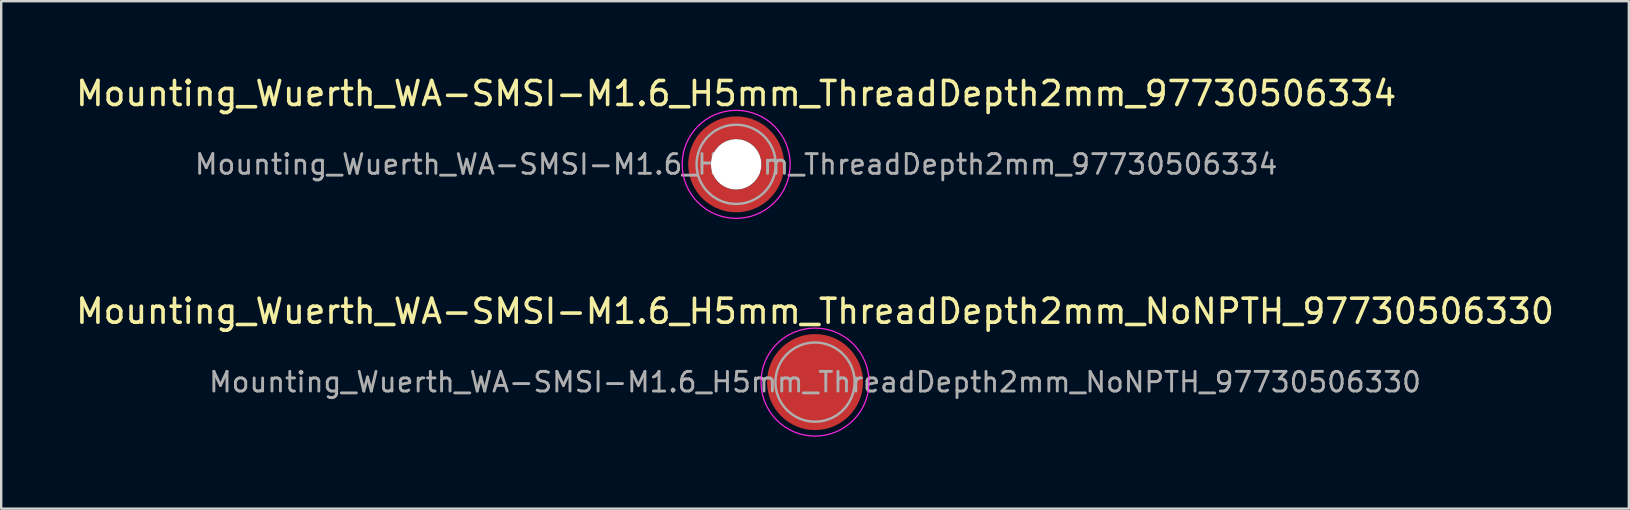
<source format=kicad_pcb>
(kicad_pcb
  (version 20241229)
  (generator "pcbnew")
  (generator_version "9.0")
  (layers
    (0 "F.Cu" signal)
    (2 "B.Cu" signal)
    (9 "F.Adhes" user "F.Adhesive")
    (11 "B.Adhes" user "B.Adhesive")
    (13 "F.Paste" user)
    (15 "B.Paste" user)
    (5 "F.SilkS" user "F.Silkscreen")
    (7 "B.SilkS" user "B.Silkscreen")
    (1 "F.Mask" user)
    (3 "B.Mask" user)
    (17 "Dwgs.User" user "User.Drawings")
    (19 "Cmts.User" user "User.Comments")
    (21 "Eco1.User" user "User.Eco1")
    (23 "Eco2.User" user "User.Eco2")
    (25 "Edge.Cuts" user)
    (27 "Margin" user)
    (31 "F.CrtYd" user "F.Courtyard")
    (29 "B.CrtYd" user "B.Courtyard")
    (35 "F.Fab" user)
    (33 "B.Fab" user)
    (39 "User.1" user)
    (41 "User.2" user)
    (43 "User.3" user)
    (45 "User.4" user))
  (footprint "Mounting_Wuerth_WA-SMSI-M1.6_H5mm_ThreadDepth2mm_97730506334"
    (layer "F.Cu")
    (at 27.625 3.798)
    (property "Reference" "Mounting_Wuerth_WA-SMSI-M1.6_H5mm_ThreadDepth2mm_97730506334" (at 0 -2.95 0) (layer "F.SilkS") (effects (font (size 1 1) (thickness 0.15))))
    (attr smd)
    (fp_circle (center 0 0) (end 2.25 0) (stroke (width 0.05) (type solid)) (fill no) (layer "F.CrtYd"))
    (fp_circle (center 0 0) (end 1.65 0) (stroke (width 0.1) (type solid)) (fill no) (layer "F.Fab"))
    (fp_text user "${REFERENCE}" (at 0 0 0) (layer "F.Fab") (effects (font (size 0.82 0.82) (thickness 0.12))))
    (pad "" smd custom (at -1.061 -1.061) (size 0.4 0.4) (layers "F.Paste") (options (anchor circle)) (primitives (gr_arc (start -0.101235 0.76066) (mid 0.211799 0.212465) (end 0.759748 -0.100999) (width 0.2)) (gr_arc (start -0.204251 0.76066) (mid 0.141299 0.141544) (end 0.760323 -0.204171) (width 0.2)) (gr_arc (start -0.306819 0.76066) (mid 0.070255 0.071167) (end 0.759401 -0.306542) (width 0.2)) (gr_arc (start -0.409034 0.76066) (mid -0.000242 0.000241) (end 0.759991 -0.408897) (width 0.2)) (gr_arc (start -0.510963 0.76066) (mid -0.071561 -0.06986) (end 0.758297 -0.51051) (width 0.2)) (gr_arc (start -0.61266 0.76066) (mid -0.142171 -0.140671) (end 0.758572 -0.612284) (width 0.2)) (gr_arc (start -0.714164 0.76066) (mid -0.212264 -0.212) (end 0.760292 -0.714102) (width 0.2)) (gr_line (start 0.761 -0.101) (end 0.761 -0.714) (width 0.2)) (gr_line (start -0.101 0.761) (end -0.714 0.761) (width 0.2))))
    (pad "" smd custom (at -1.061 1.061) (size 0.4 0.4) (layers "F.Paste") (options (anchor circle)) (primitives (gr_arc (start 0.76066 0.101235) (mid 0.212465 -0.211799) (end -0.100999 -0.759748) (width 0.2)) (gr_arc (start 0.76066 0.204251) (mid 0.141544 -0.141299) (end -0.204171 -0.760323) (width 0.2)) (gr_arc (start 0.76066 0.306819) (mid 0.071167 -0.070255) (end -0.306542 -0.759401) (width 0.2)) (gr_arc (start 0.76066 0.409034) (mid 0.000241 0.000242) (end -0.408897 -0.759991) (width 0.2)) (gr_arc (start 0.76066 0.510963) (mid -0.06986 0.071561) (end -0.51051 -0.758297) (width 0.2)) (gr_arc (start 0.76066 0.61266) (mid -0.140671 0.142171) (end -0.612284 -0.758572) (width 0.2)) (gr_arc (start 0.76066 0.714164) (mid -0.212 0.212264) (end -0.714102 -0.760292) (width 0.2)) (gr_line (start -0.101 -0.761) (end -0.714 -0.761) (width 0.2)) (gr_line (start 0.761 0.101) (end 0.761 0.714) (width 0.2))))
    (pad "" np_thru_hole circle (at 0 0) (size 2.1 2.1) (drill 2.1) (layers "*.Cu" "*.Mask"))
    (pad "" smd custom (at 1.061 -1.061) (size 0.4 0.4) (layers "F.Paste") (options (anchor circle)) (primitives (gr_arc (start -0.76066 -0.101235) (mid -0.212465 0.211799) (end 0.100999 0.759748) (width 0.2)) (gr_arc (start -0.76066 -0.204251) (mid -0.141544 0.141299) (end 0.204171 0.760323) (width 0.2)) (gr_arc (start -0.76066 -0.306819) (mid -0.071167 0.070255) (end 0.306542 0.759401) (width 0.2)) (gr_arc (start -0.76066 -0.409034) (mid -0.000241 -0.000242) (end 0.408897 0.759991) (width 0.2)) (gr_arc (start -0.76066 -0.510963) (mid 0.06986 -0.071561) (end 0.51051 0.758297) (width 0.2)) (gr_arc (start -0.76066 -0.61266) (mid 0.140671 -0.142171) (end 0.612284 0.758572) (width 0.2)) (gr_arc (start -0.76066 -0.714164) (mid 0.212 -0.212264) (end 0.714102 0.760292) (width 0.2)) (gr_line (start 0.101 0.761) (end 0.714 0.761) (width 0.2)) (gr_line (start -0.761 -0.101) (end -0.761 -0.714) (width 0.2))))
    (pad "" smd custom (at 1.061 1.061) (size 0.4 0.4) (layers "F.Paste") (options (anchor circle)) (primitives (gr_arc (start 0.101235 -0.76066) (mid -0.211799 -0.212465) (end -0.759748 0.100999) (width 0.2)) (gr_arc (start 0.204251 -0.76066) (mid -0.141299 -0.141544) (end -0.760323 0.204171) (width 0.2)) (gr_arc (start 0.306819 -0.76066) (mid -0.070255 -0.071167) (end -0.759401 0.306542) (width 0.2)) (gr_arc (start 0.409034 -0.76066) (mid 0.000242 -0.000241) (end -0.759991 0.408897) (width 0.2)) (gr_arc (start 0.510963 -0.76066) (mid 0.071561 0.06986) (end -0.758297 0.51051) (width 0.2)) (gr_arc (start 0.61266 -0.76066) (mid 0.142171 0.140671) (end -0.758572 0.612284) (width 0.2)) (gr_arc (start 0.714164 -0.76066) (mid 0.212264 0.212) (end -0.760292 0.714102) (width 0.2)) (gr_line (start -0.761 0.101) (end -0.761 0.714) (width 0.2)) (gr_line (start 0.101 -0.761) (end 0.714 -0.761) (width 0.2))))
    (pad "1" smd circle (at -1.525 0) (size 0.55 0.55) (layers "F.Cu"))
    (pad "1" smd circle (at 0 -1.525) (size 0.55 0.55) (layers "F.Cu"))
    (pad "1" smd circle (at 0 1.525) (size 0.55 0.55) (layers "F.Cu"))
    (pad "1" smd custom (at 1.525 0) (size 0.55 0.55) (layers "F.Cu" "F.Mask") (options (anchor circle)) (primitives (gr_circle (center -1.525 0) (end 0 0) (width 0.95) (fill no)))))
  (footprint "Mounting_Wuerth_WA-SMSI-M1.6_H5mm_ThreadDepth2mm_NoNPTH_97730506330"
    (layer "F.Cu")
    (at 30.911 12.871)
    (property "Reference" "Mounting_Wuerth_WA-SMSI-M1.6_H5mm_ThreadDepth2mm_NoNPTH_97730506330" (at 0 -2.95 0) (layer "F.SilkS") (effects (font (size 1 1) (thickness 0.15))))
    (attr smd)
    (fp_circle (center 0 0) (end 2.25 0) (stroke (width 0.05) (type solid)) (fill no) (layer "F.CrtYd"))
    (fp_circle (center 0 0) (end 1.65 0) (stroke (width 0.1) (type solid)) (fill no) (layer "F.Fab"))
    (fp_text user "${REFERENCE}" (at 0 0 0) (layer "F.Fab") (effects (font (size 0.82 0.82) (thickness 0.12))))
    (pad "" smd custom (at -0.778 -0.778) (size 1.2 1.2) (layers "F.Paste") (options (anchor circle)) (primitives (gr_arc (start 0.465568 0.527817) (mid 0.494887 0.495062) (end 0.527624 0.465723) (width 0.2)) (gr_arc (start 0.344805 0.527817) (mid 0.424264 0.424264) (end 0.527818 0.344805) (width 0.2)) (gr_arc (start 0.232382 0.527817) (mid 0.353364 0.353743) (end 0.527329 0.232606) (width 0.2)) (gr_arc (start 0.123983 0.527817) (mid 0.282626 0.28306) (end 0.527243 0.124203) (width 0.2)) (gr_arc (start 0.017883 0.527817) (mid 0.211737 0.212527) (end 0.526755 0.018233) (width 0.2)) (gr_arc (start -0.086763 0.527817) (mid 0.141173 0.14167) (end 0.527142 -0.086568) (width 0.2)) (gr_arc (start -0.190428 0.527817) (mid 0.070433 0.070988) (end 0.527057 -0.190232) (width 0.2)) (gr_arc (start -0.293397 0.527817) (mid -0.000182 0.000182) (end 0.527315 -0.29328) (width 0.2)) (gr_arc (start -0.395852 0.527817) (mid -0.071085 -0.070336) (end 0.526781 -0.395631) (width 0.2)) (gr_arc (start -0.497918 0.527817) (mid -0.141622 -0.141221) (end 0.52726 -0.497809) (width 0.2)) (gr_arc (start -0.59968 0.527817) (mid -0.212364 -0.2119) (end 0.527171 -0.599563) (width 0.2)) (gr_arc (start -0.701202 0.527817) (mid -0.282952 -0.282733) (end 0.527511 -0.70115) (width 0.2)) (gr_arc (start -0.802531 0.527817) (mid -0.353765 -0.353343) (end 0.527227 -0.802438) (width 0.2)) (gr_arc (start -0.9037 0.527817) (mid -0.425176 -0.423352) (end 0.525265 -0.903319) (width 0.2)) (gr_arc (start -1.004737 0.527817) (mid -0.49534 -0.49461) (end 0.526794 -1.004593) (width 0.2)) (gr_line (start 0.528 0.466) (end 0.528 -1.005) (width 0.2)) (gr_line (start 0.466 0.528) (end -1.005 0.528) (width 0.2))))
    (pad "" smd custom (at -0.778 0.778) (size 1.2 1.2) (layers "F.Paste") (options (anchor circle)) (primitives (gr_arc (start 0.527817 -0.465568) (mid 0.495062 -0.494887) (end 0.465723 -0.527624) (width 0.2)) (gr_arc (start 0.527817 -0.344805) (mid 0.424264 -0.424264) (end 0.344805 -0.527818) (width 0.2)) (gr_arc (start 0.527817 -0.232382) (mid 0.353743 -0.353364) (end 0.232606 -0.527329) (width 0.2)) (gr_arc (start 0.527817 -0.123983) (mid 0.28306 -0.282626) (end 0.124203 -0.527243) (width 0.2)) (gr_arc (start 0.527817 -0.017883) (mid 0.212527 -0.211737) (end 0.018233 -0.526755) (width 0.2)) (gr_arc (start 0.527817 0.086763) (mid 0.14167 -0.141173) (end -0.086568 -0.527142) (width 0.2)) (gr_arc (start 0.527817 0.190428) (mid 0.070988 -0.070433) (end -0.190232 -0.527057) (width 0.2)) (gr_arc (start 0.527817 0.293397) (mid 0.000182 0.000182) (end -0.29328 -0.527315) (width 0.2)) (gr_arc (start 0.527817 0.395852) (mid -0.070336 0.071085) (end -0.395631 -0.526781) (width 0.2)) (gr_arc (start 0.527817 0.497918) (mid -0.141221 0.141622) (end -0.497809 -0.52726) (width 0.2)) (gr_arc (start 0.527817 0.59968) (mid -0.2119 0.212364) (end -0.599563 -0.527171) (width 0.2)) (gr_arc (start 0.527817 0.701202) (mid -0.282733 0.282952) (end -0.70115 -0.527511) (width 0.2)) (gr_arc (start 0.527817 0.802531) (mid -0.353343 0.353765) (end -0.802438 -0.527227) (width 0.2)) (gr_arc (start 0.527817 0.9037) (mid -0.423352 0.425176) (end -0.903319 -0.525265) (width 0.2)) (gr_arc (start 0.527817 1.004737) (mid -0.49461 0.49534) (end -1.004593 -0.526794) (width 0.2)) (gr_line (start 0.466 -0.528) (end -1.005 -0.528) (width 0.2)) (gr_line (start 0.528 -0.466) (end 0.528 1.005) (width 0.2))))
    (pad "" smd custom (at 0.778 -0.778) (size 1.2 1.2) (layers "F.Paste") (options (anchor circle)) (primitives (gr_arc (start -0.527817 0.465568) (mid -0.495062 0.494887) (end -0.465723 0.527624) (width 0.2)) (gr_arc (start -0.527817 0.344805) (mid -0.424264 0.424264) (end -0.344805 0.527818) (width 0.2)) (gr_arc (start -0.527817 0.232382) (mid -0.353743 0.353364) (end -0.232606 0.527329) (width 0.2)) (gr_arc (start -0.527817 0.123983) (mid -0.28306 0.282626) (end -0.124203 0.527243) (width 0.2)) (gr_arc (start -0.527817 0.017883) (mid -0.212527 0.211737) (end -0.018233 0.526755) (width 0.2)) (gr_arc (start -0.527817 -0.086763) (mid -0.14167 0.141173) (end 0.086568 0.527142) (width 0.2)) (gr_arc (start -0.527817 -0.190428) (mid -0.070988 0.070433) (end 0.190232 0.527057) (width 0.2)) (gr_arc (start -0.527817 -0.293397) (mid -0.000182 -0.000182) (end 0.29328 0.527315) (width 0.2)) (gr_arc (start -0.527817 -0.395852) (mid 0.070336 -0.071085) (end 0.395631 0.526781) (width 0.2)) (gr_arc (start -0.527817 -0.497918) (mid 0.141221 -0.141622) (end 0.497809 0.52726) (width 0.2)) (gr_arc (start -0.527817 -0.59968) (mid 0.2119 -0.212364) (end 0.599563 0.527171) (width 0.2)) (gr_arc (start -0.527817 -0.701202) (mid 0.282733 -0.282952) (end 0.70115 0.527511) (width 0.2)) (gr_arc (start -0.527817 -0.802531) (mid 0.353343 -0.353765) (end 0.802438 0.527227) (width 0.2)) (gr_arc (start -0.527817 -0.9037) (mid 0.423352 -0.425176) (end 0.903319 0.525265) (width 0.2)) (gr_arc (start -0.527817 -1.004737) (mid 0.49461 -0.49534) (end 1.004593 0.526794) (width 0.2)) (gr_line (start -0.466 0.528) (end 1.005 0.528) (width 0.2)) (gr_line (start -0.528 0.466) (end -0.528 -1.005) (width 0.2))))
    (pad "" smd custom (at 0.778 0.778) (size 1.2 1.2) (layers "F.Paste") (options (anchor circle)) (primitives (gr_arc (start -0.465568 -0.527817) (mid -0.494887 -0.495062) (end -0.527624 -0.465723) (width 0.2)) (gr_arc (start -0.344805 -0.527817) (mid -0.424264 -0.424264) (end -0.527818 -0.344805) (width 0.2)) (gr_arc (start -0.232382 -0.527817) (mid -0.353364 -0.353743) (end -0.527329 -0.232606) (width 0.2)) (gr_arc (start -0.123983 -0.527817) (mid -0.282626 -0.28306) (end -0.527243 -0.124203) (width 0.2)) (gr_arc (start -0.017883 -0.527817) (mid -0.211737 -0.212527) (end -0.526755 -0.018233) (width 0.2)) (gr_arc (start 0.086763 -0.527817) (mid -0.141173 -0.14167) (end -0.527142 0.086568) (width 0.2)) (gr_arc (start 0.190428 -0.527817) (mid -0.070433 -0.070988) (end -0.527057 0.190232) (width 0.2)) (gr_arc (start 0.293397 -0.527817) (mid 0.000182 -0.000182) (end -0.527315 0.29328) (width 0.2)) (gr_arc (start 0.395852 -0.527817) (mid 0.071085 0.070336) (end -0.526781 0.395631) (width 0.2)) (gr_arc (start 0.497918 -0.527817) (mid 0.141622 0.141221) (end -0.52726 0.497809) (width 0.2)) (gr_arc (start 0.59968 -0.527817) (mid 0.212364 0.2119) (end -0.527171 0.599563) (width 0.2)) (gr_arc (start 0.701202 -0.527817) (mid 0.282952 0.282733) (end -0.527511 0.70115) (width 0.2)) (gr_arc (start 0.802531 -0.527817) (mid 0.353765 0.353343) (end -0.527227 0.802438) (width 0.2)) (gr_arc (start 0.9037 -0.527817) (mid 0.425176 0.423352) (end -0.525265 0.903319) (width 0.2)) (gr_arc (start 1.004737 -0.527817) (mid 0.49534 0.49461) (end -0.526794 1.004593) (width 0.2)) (gr_line (start -0.528 -0.466) (end -0.528 1.005) (width 0.2)) (gr_line (start -0.466 -0.528) (end 1.005 -0.528) (width 0.2))))
    (pad "1" smd circle (at 0 0) (size 4 4) (layers "F.Cu" "F.Mask")))
  (gr_rect
    (start -3 -3)
    (end 64.821 18.146)
    (stroke (width 0.1) (type default))
    (fill no)
    (layer "Edge.Cuts")))
</source>
